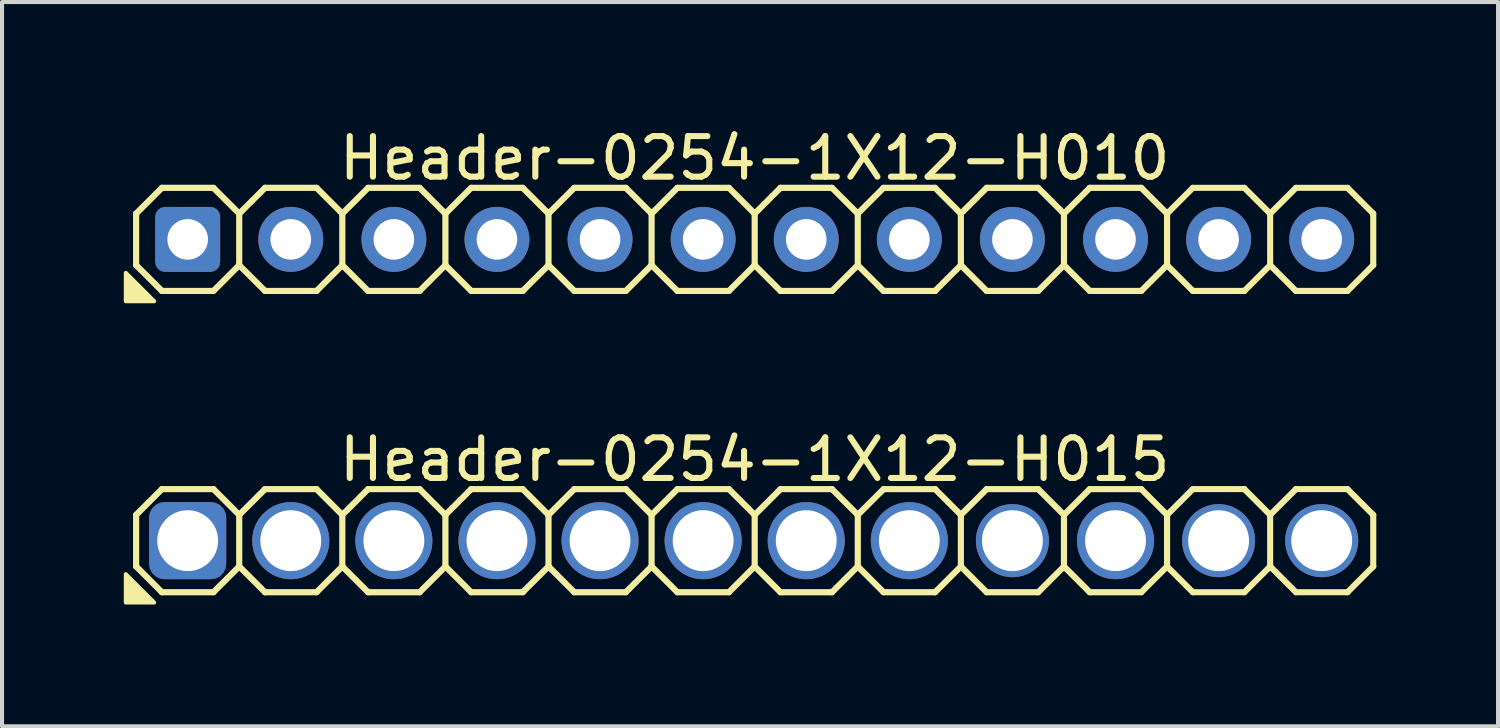
<source format=kicad_pcb>
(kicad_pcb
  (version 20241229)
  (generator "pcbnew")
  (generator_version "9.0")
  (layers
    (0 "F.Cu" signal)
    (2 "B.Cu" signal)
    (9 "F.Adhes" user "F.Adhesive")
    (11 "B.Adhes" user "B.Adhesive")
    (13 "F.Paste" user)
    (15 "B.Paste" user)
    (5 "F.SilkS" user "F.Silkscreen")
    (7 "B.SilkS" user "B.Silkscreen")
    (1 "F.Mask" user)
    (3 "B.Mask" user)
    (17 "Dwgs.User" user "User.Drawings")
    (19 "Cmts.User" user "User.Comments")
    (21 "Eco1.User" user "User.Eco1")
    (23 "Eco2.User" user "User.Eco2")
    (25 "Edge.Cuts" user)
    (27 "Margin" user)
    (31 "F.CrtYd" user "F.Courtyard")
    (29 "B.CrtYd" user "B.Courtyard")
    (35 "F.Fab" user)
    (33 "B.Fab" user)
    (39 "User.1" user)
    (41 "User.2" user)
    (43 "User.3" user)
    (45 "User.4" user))
  (footprint "Header-0254-1X12-H015"
    (layer "F.Cu")
    (at 15.544 10.271)
    (property "Reference" "Header-0254-1X12-H015" (at 0 -2 0) (layer "F.SilkS") (effects (font (size 1 1) (thickness 0.15))))
    (attr exclude_from_pos_files exclude_from_bom)
    (fp_line (start -15.24 -0.635) (end -15.24 0.635) (stroke (width 0.152) (type solid)) (layer "F.SilkS"))
    (fp_line (start -15.24 0.635) (end -14.605 1.27) (stroke (width 0.152) (type solid)) (layer "F.SilkS"))
    (fp_line (start -14.605 -1.27) (end -15.24 -0.635) (stroke (width 0.152) (type solid)) (layer "F.SilkS"))
    (fp_line (start -14.605 -1.27) (end -13.335 -1.27) (stroke (width 0.152) (type solid)) (layer "F.SilkS"))
    (fp_line (start -13.335 -1.27) (end -12.7 -0.635) (stroke (width 0.152) (type solid)) (layer "F.SilkS"))
    (fp_line (start -13.335 1.27) (end -14.605 1.27) (stroke (width 0.152) (type solid)) (layer "F.SilkS"))
    (fp_line (start -12.7 -0.635) (end -12.7 0.635) (stroke (width 0.152) (type solid)) (layer "F.SilkS"))
    (fp_line (start -12.7 -0.635) (end -12.065 -1.27) (stroke (width 0.152) (type solid)) (layer "F.SilkS"))
    (fp_line (start -12.7 0.635) (end -13.335 1.27) (stroke (width 0.152) (type solid)) (layer "F.SilkS"))
    (fp_line (start -12.065 -1.27) (end -10.795 -1.27) (stroke (width 0.152) (type solid)) (layer "F.SilkS"))
    (fp_line (start -12.065 1.27) (end -12.7 0.635) (stroke (width 0.152) (type solid)) (layer "F.SilkS"))
    (fp_line (start -10.795 -1.27) (end -10.16 -0.635) (stroke (width 0.152) (type solid)) (layer "F.SilkS"))
    (fp_line (start -10.795 1.27) (end -12.065 1.27) (stroke (width 0.152) (type solid)) (layer "F.SilkS"))
    (fp_line (start -10.16 -0.635) (end -10.16 0.635) (stroke (width 0.152) (type solid)) (layer "F.SilkS"))
    (fp_line (start -10.16 -0.635) (end -9.525 -1.27) (stroke (width 0.152) (type solid)) (layer "F.SilkS"))
    (fp_line (start -10.16 0.635) (end -10.795 1.27) (stroke (width 0.152) (type solid)) (layer "F.SilkS"))
    (fp_line (start -9.525 -1.27) (end -8.255 -1.27) (stroke (width 0.152) (type solid)) (layer "F.SilkS"))
    (fp_line (start -9.525 1.27) (end -10.16 0.635) (stroke (width 0.152) (type solid)) (layer "F.SilkS"))
    (fp_line (start -8.255 -1.27) (end -7.62 -0.635) (stroke (width 0.152) (type solid)) (layer "F.SilkS"))
    (fp_line (start -8.255 1.27) (end -9.525 1.27) (stroke (width 0.152) (type solid)) (layer "F.SilkS"))
    (fp_line (start -7.62 -0.635) (end -7.62 0.635) (stroke (width 0.152) (type solid)) (layer "F.SilkS"))
    (fp_line (start -7.62 0.635) (end -8.255 1.27) (stroke (width 0.152) (type solid)) (layer "F.SilkS"))
    (fp_line (start -7.62 0.635) (end -6.985 1.27) (stroke (width 0.152) (type solid)) (layer "F.SilkS"))
    (fp_line (start -6.985 -1.27) (end -7.62 -0.635) (stroke (width 0.152) (type solid)) (layer "F.SilkS"))
    (fp_line (start -6.985 -1.27) (end -5.715 -1.27) (stroke (width 0.152) (type solid)) (layer "F.SilkS"))
    (fp_line (start -5.715 -1.27) (end -5.08 -0.635) (stroke (width 0.152) (type solid)) (layer "F.SilkS"))
    (fp_line (start -5.715 1.27) (end -6.985 1.27) (stroke (width 0.152) (type solid)) (layer "F.SilkS"))
    (fp_line (start -5.08 -0.635) (end -5.08 0.635) (stroke (width 0.152) (type solid)) (layer "F.SilkS"))
    (fp_line (start -5.08 -0.635) (end -4.445 -1.27) (stroke (width 0.152) (type solid)) (layer "F.SilkS"))
    (fp_line (start -5.08 0.635) (end -5.715 1.27) (stroke (width 0.152) (type solid)) (layer "F.SilkS"))
    (fp_line (start -4.445 -1.27) (end -3.175 -1.27) (stroke (width 0.152) (type solid)) (layer "F.SilkS"))
    (fp_line (start -4.445 1.27) (end -5.08 0.635) (stroke (width 0.152) (type solid)) (layer "F.SilkS"))
    (fp_line (start -3.175 -1.27) (end -2.54 -0.635) (stroke (width 0.152) (type solid)) (layer "F.SilkS"))
    (fp_line (start -3.175 1.27) (end -4.445 1.27) (stroke (width 0.152) (type solid)) (layer "F.SilkS"))
    (fp_line (start -2.54 -0.635) (end -2.54 0.635) (stroke (width 0.152) (type solid)) (layer "F.SilkS"))
    (fp_line (start -2.54 -0.635) (end -1.905 -1.27) (stroke (width 0.152) (type solid)) (layer "F.SilkS"))
    (fp_line (start -2.54 0.635) (end -3.175 1.27) (stroke (width 0.152) (type solid)) (layer "F.SilkS"))
    (fp_line (start -1.905 -1.27) (end -0.635 -1.27) (stroke (width 0.152) (type solid)) (layer "F.SilkS"))
    (fp_line (start -1.905 1.27) (end -2.54 0.635) (stroke (width 0.152) (type solid)) (layer "F.SilkS"))
    (fp_line (start -0.635 -1.27) (end 0 -0.635) (stroke (width 0.152) (type solid)) (layer "F.SilkS"))
    (fp_line (start -0.635 1.27) (end -1.905 1.27) (stroke (width 0.152) (type solid)) (layer "F.SilkS"))
    (fp_line (start 0 -0.635) (end 0 0.635) (stroke (width 0.152) (type solid)) (layer "F.SilkS"))
    (fp_line (start 0 0.635) (end -0.635 1.27) (stroke (width 0.152) (type solid)) (layer "F.SilkS"))
    (fp_line (start 0 0.635) (end 0.635 1.27) (stroke (width 0.152) (type solid)) (layer "F.SilkS"))
    (fp_line (start 0.635 -1.27) (end 0 -0.635) (stroke (width 0.152) (type solid)) (layer "F.SilkS"))
    (fp_line (start 0.635 -1.27) (end 1.905 -1.27) (stroke (width 0.152) (type solid)) (layer "F.SilkS"))
    (fp_line (start 1.905 -1.27) (end 2.54 -0.635) (stroke (width 0.152) (type solid)) (layer "F.SilkS"))
    (fp_line (start 1.905 1.27) (end 0.635 1.27) (stroke (width 0.152) (type solid)) (layer "F.SilkS"))
    (fp_line (start 2.54 -0.635) (end 2.54 0.635) (stroke (width 0.152) (type solid)) (layer "F.SilkS"))
    (fp_line (start 2.54 -0.635) (end 3.175 -1.27) (stroke (width 0.152) (type solid)) (layer "F.SilkS"))
    (fp_line (start 2.54 0.635) (end 1.905 1.27) (stroke (width 0.152) (type solid)) (layer "F.SilkS"))
    (fp_line (start 3.175 -1.27) (end 4.445 -1.27) (stroke (width 0.152) (type solid)) (layer "F.SilkS"))
    (fp_line (start 3.175 1.27) (end 2.54 0.635) (stroke (width 0.152) (type solid)) (layer "F.SilkS"))
    (fp_line (start 4.445 -1.27) (end 5.08 -0.635) (stroke (width 0.152) (type solid)) (layer "F.SilkS"))
    (fp_line (start 4.445 1.27) (end 3.175 1.27) (stroke (width 0.152) (type solid)) (layer "F.SilkS"))
    (fp_line (start 5.08 -0.635) (end 5.08 0.635) (stroke (width 0.152) (type solid)) (layer "F.SilkS"))
    (fp_line (start 5.08 -0.635) (end 5.715 -1.27) (stroke (width 0.152) (type solid)) (layer "F.SilkS"))
    (fp_line (start 5.08 0.635) (end 4.445 1.27) (stroke (width 0.152) (type solid)) (layer "F.SilkS"))
    (fp_line (start 5.715 -1.27) (end 6.985 -1.27) (stroke (width 0.152) (type solid)) (layer "F.SilkS"))
    (fp_line (start 5.715 1.27) (end 5.08 0.635) (stroke (width 0.152) (type solid)) (layer "F.SilkS"))
    (fp_line (start 6.985 -1.27) (end 7.62 -0.635) (stroke (width 0.152) (type solid)) (layer "F.SilkS"))
    (fp_line (start 6.985 1.27) (end 5.715 1.27) (stroke (width 0.152) (type solid)) (layer "F.SilkS"))
    (fp_line (start 7.62 -0.635) (end 7.62 0.635) (stroke (width 0.152) (type solid)) (layer "F.SilkS"))
    (fp_line (start 7.62 0.635) (end 6.985 1.27) (stroke (width 0.152) (type solid)) (layer "F.SilkS"))
    (fp_line (start 7.62 0.635) (end 8.255 1.27) (stroke (width 0.152) (type solid)) (layer "F.SilkS"))
    (fp_line (start 8.255 -1.27) (end 7.62 -0.635) (stroke (width 0.152) (type solid)) (layer "F.SilkS"))
    (fp_line (start 8.255 -1.27) (end 9.525 -1.27) (stroke (width 0.152) (type solid)) (layer "F.SilkS"))
    (fp_line (start 9.525 -1.27) (end 10.16 -0.635) (stroke (width 0.152) (type solid)) (layer "F.SilkS"))
    (fp_line (start 9.525 1.27) (end 8.255 1.27) (stroke (width 0.152) (type solid)) (layer "F.SilkS"))
    (fp_line (start 10.16 -0.635) (end 10.16 0.635) (stroke (width 0.152) (type solid)) (layer "F.SilkS"))
    (fp_line (start 10.16 -0.635) (end 10.795 -1.27) (stroke (width 0.15) (type solid)) (layer "F.SilkS"))
    (fp_line (start 10.16 0.635) (end 9.525 1.27) (stroke (width 0.152) (type solid)) (layer "F.SilkS"))
    (fp_line (start 10.795 -1.27) (end 12.065 -1.27) (stroke (width 0.15) (type solid)) (layer "F.SilkS"))
    (fp_line (start 10.795 1.27) (end 10.16 0.635) (stroke (width 0.15) (type solid)) (layer "F.SilkS"))
    (fp_line (start 12.065 -1.27) (end 12.7 -0.635) (stroke (width 0.15) (type solid)) (layer "F.SilkS"))
    (fp_line (start 12.065 1.27) (end 10.795 1.27) (stroke (width 0.15) (type solid)) (layer "F.SilkS"))
    (fp_line (start 12.7 -0.635) (end 12.7 0.635) (stroke (width 0.15) (type solid)) (layer "F.SilkS"))
    (fp_line (start 12.7 -0.635) (end 13.335 -1.27) (stroke (width 0.15) (type solid)) (layer "F.SilkS"))
    (fp_line (start 12.7 0.635) (end 12.065 1.27) (stroke (width 0.15) (type solid)) (layer "F.SilkS"))
    (fp_line (start 13.335 -1.27) (end 14.605 -1.27) (stroke (width 0.15) (type solid)) (layer "F.SilkS"))
    (fp_line (start 13.335 1.27) (end 12.7 0.635) (stroke (width 0.15) (type solid)) (layer "F.SilkS"))
    (fp_line (start 14.605 -1.27) (end 15.24 -0.635) (stroke (width 0.15) (type solid)) (layer "F.SilkS"))
    (fp_line (start 14.605 1.27) (end 13.335 1.27) (stroke (width 0.15) (type solid)) (layer "F.SilkS"))
    (fp_line (start 15.24 -0.635) (end 15.24 0.635) (stroke (width 0.15) (type solid)) (layer "F.SilkS"))
    (fp_line (start 15.24 0.635) (end 14.605 1.27) (stroke (width 0.15) (type solid)) (layer "F.SilkS"))
    (fp_poly (pts (xy -15.494 0.826) (xy -15.494 1.524) (xy -14.796 1.524)) (stroke (width 0.1) (type solid)) (fill yes) (layer "F.SilkS"))
    (pad "1" thru_hole roundrect (at -13.97 0 180) (size 1.9 1.9) (drill 1.5) (layers "*.Cu" "*.Mask") (roundrect_rratio 0.2))
    (pad "2" thru_hole circle (at -11.43 0 180) (size 1.9 1.9) (drill 1.5) (layers "*.Cu" "*.Mask"))
    (pad "3" thru_hole circle (at -8.89 0 180) (size 1.9 1.9) (drill 1.5) (layers "*.Cu" "*.Mask"))
    (pad "4" thru_hole circle (at -6.35 0 180) (size 1.9 1.9) (drill 1.5) (layers "*.Cu" "*.Mask"))
    (pad "5" thru_hole circle (at -3.81 0 180) (size 1.9 1.9) (drill 1.5) (layers "*.Cu" "*.Mask"))
    (pad "6" thru_hole circle (at -1.27 0 180) (size 1.9 1.9) (drill 1.5) (layers "*.Cu" "*.Mask"))
    (pad "7" thru_hole circle (at 1.27 0 180) (size 1.9 1.9) (drill 1.5) (layers "*.Cu" "*.Mask"))
    (pad "8" thru_hole circle (at 3.81 0 180) (size 1.9 1.9) (drill 1.5) (layers "*.Cu" "*.Mask"))
    (pad "9" thru_hole circle (at 6.35 0) (size 1.8 1.8) (drill 1.5) (layers "*.Cu" "*.Mask"))
    (pad "10" thru_hole circle (at 8.89 0 180) (size 1.9 1.9) (drill 1.5) (layers "*.Cu" "*.Mask"))
    (pad "11" thru_hole circle (at 11.43 0) (size 1.8 1.8) (drill 1.5) (layers "*.Cu" "*.Mask"))
    (pad "12" thru_hole circle (at 13.97 0) (size 1.8 1.8) (drill 1.5) (layers "*.Cu" "*.Mask")))
  (footprint "Header-0254-1X12-H010"
    (layer "F.Cu")
    (at 15.544 2.848)
    (property "Reference" "Header-0254-1X12-H010" (at 0 -2 0) (layer "F.SilkS") (effects (font (size 1 1) (thickness 0.15))))
    (attr exclude_from_pos_files exclude_from_bom)
    (fp_line (start -15.24 -0.635) (end -15.24 0.635) (stroke (width 0.152) (type solid)) (layer "F.SilkS"))
    (fp_line (start -15.24 0.635) (end -14.605 1.27) (stroke (width 0.152) (type solid)) (layer "F.SilkS"))
    (fp_line (start -14.605 -1.27) (end -15.24 -0.635) (stroke (width 0.152) (type solid)) (layer "F.SilkS"))
    (fp_line (start -14.605 -1.27) (end -13.335 -1.27) (stroke (width 0.152) (type solid)) (layer "F.SilkS"))
    (fp_line (start -13.335 -1.27) (end -12.7 -0.635) (stroke (width 0.152) (type solid)) (layer "F.SilkS"))
    (fp_line (start -13.335 1.27) (end -14.605 1.27) (stroke (width 0.152) (type solid)) (layer "F.SilkS"))
    (fp_line (start -12.7 -0.635) (end -12.7 0.635) (stroke (width 0.152) (type solid)) (layer "F.SilkS"))
    (fp_line (start -12.7 -0.635) (end -12.065 -1.27) (stroke (width 0.152) (type solid)) (layer "F.SilkS"))
    (fp_line (start -12.7 0.635) (end -13.335 1.27) (stroke (width 0.152) (type solid)) (layer "F.SilkS"))
    (fp_line (start -12.065 -1.27) (end -10.795 -1.27) (stroke (width 0.152) (type solid)) (layer "F.SilkS"))
    (fp_line (start -12.065 1.27) (end -12.7 0.635) (stroke (width 0.152) (type solid)) (layer "F.SilkS"))
    (fp_line (start -10.795 -1.27) (end -10.16 -0.635) (stroke (width 0.152) (type solid)) (layer "F.SilkS"))
    (fp_line (start -10.795 1.27) (end -12.065 1.27) (stroke (width 0.152) (type solid)) (layer "F.SilkS"))
    (fp_line (start -10.16 -0.635) (end -10.16 0.635) (stroke (width 0.152) (type solid)) (layer "F.SilkS"))
    (fp_line (start -10.16 -0.635) (end -9.525 -1.27) (stroke (width 0.152) (type solid)) (layer "F.SilkS"))
    (fp_line (start -10.16 0.635) (end -10.795 1.27) (stroke (width 0.152) (type solid)) (layer "F.SilkS"))
    (fp_line (start -9.525 -1.27) (end -8.255 -1.27) (stroke (width 0.152) (type solid)) (layer "F.SilkS"))
    (fp_line (start -9.525 1.27) (end -10.16 0.635) (stroke (width 0.152) (type solid)) (layer "F.SilkS"))
    (fp_line (start -8.255 -1.27) (end -7.62 -0.635) (stroke (width 0.152) (type solid)) (layer "F.SilkS"))
    (fp_line (start -8.255 1.27) (end -9.525 1.27) (stroke (width 0.152) (type solid)) (layer "F.SilkS"))
    (fp_line (start -7.62 -0.635) (end -7.62 0.635) (stroke (width 0.152) (type solid)) (layer "F.SilkS"))
    (fp_line (start -7.62 0.635) (end -8.255 1.27) (stroke (width 0.152) (type solid)) (layer "F.SilkS"))
    (fp_line (start -7.62 0.635) (end -6.985 1.27) (stroke (width 0.152) (type solid)) (layer "F.SilkS"))
    (fp_line (start -6.985 -1.27) (end -7.62 -0.635) (stroke (width 0.152) (type solid)) (layer "F.SilkS"))
    (fp_line (start -6.985 -1.27) (end -5.715 -1.27) (stroke (width 0.152) (type solid)) (layer "F.SilkS"))
    (fp_line (start -5.715 -1.27) (end -5.08 -0.635) (stroke (width 0.152) (type solid)) (layer "F.SilkS"))
    (fp_line (start -5.715 1.27) (end -6.985 1.27) (stroke (width 0.152) (type solid)) (layer "F.SilkS"))
    (fp_line (start -5.08 -0.635) (end -5.08 0.635) (stroke (width 0.152) (type solid)) (layer "F.SilkS"))
    (fp_line (start -5.08 -0.635) (end -4.445 -1.27) (stroke (width 0.152) (type solid)) (layer "F.SilkS"))
    (fp_line (start -5.08 0.635) (end -5.715 1.27) (stroke (width 0.152) (type solid)) (layer "F.SilkS"))
    (fp_line (start -4.445 -1.27) (end -3.175 -1.27) (stroke (width 0.152) (type solid)) (layer "F.SilkS"))
    (fp_line (start -4.445 1.27) (end -5.08 0.635) (stroke (width 0.152) (type solid)) (layer "F.SilkS"))
    (fp_line (start -3.175 -1.27) (end -2.54 -0.635) (stroke (width 0.152) (type solid)) (layer "F.SilkS"))
    (fp_line (start -3.175 1.27) (end -4.445 1.27) (stroke (width 0.152) (type solid)) (layer "F.SilkS"))
    (fp_line (start -2.54 -0.635) (end -2.54 0.635) (stroke (width 0.152) (type solid)) (layer "F.SilkS"))
    (fp_line (start -2.54 -0.635) (end -1.905 -1.27) (stroke (width 0.152) (type solid)) (layer "F.SilkS"))
    (fp_line (start -2.54 0.635) (end -3.175 1.27) (stroke (width 0.152) (type solid)) (layer "F.SilkS"))
    (fp_line (start -1.905 -1.27) (end -0.635 -1.27) (stroke (width 0.152) (type solid)) (layer "F.SilkS"))
    (fp_line (start -1.905 1.27) (end -2.54 0.635) (stroke (width 0.152) (type solid)) (layer "F.SilkS"))
    (fp_line (start -0.635 -1.27) (end 0 -0.635) (stroke (width 0.152) (type solid)) (layer "F.SilkS"))
    (fp_line (start -0.635 1.27) (end -1.905 1.27) (stroke (width 0.152) (type solid)) (layer "F.SilkS"))
    (fp_line (start 0 -0.635) (end 0 0.635) (stroke (width 0.152) (type solid)) (layer "F.SilkS"))
    (fp_line (start 0 0.635) (end -0.635 1.27) (stroke (width 0.152) (type solid)) (layer "F.SilkS"))
    (fp_line (start 0 0.635) (end 0.635 1.27) (stroke (width 0.152) (type solid)) (layer "F.SilkS"))
    (fp_line (start 0.635 -1.27) (end 0 -0.635) (stroke (width 0.152) (type solid)) (layer "F.SilkS"))
    (fp_line (start 0.635 -1.27) (end 1.905 -1.27) (stroke (width 0.152) (type solid)) (layer "F.SilkS"))
    (fp_line (start 1.905 -1.27) (end 2.54 -0.635) (stroke (width 0.152) (type solid)) (layer "F.SilkS"))
    (fp_line (start 1.905 1.27) (end 0.635 1.27) (stroke (width 0.152) (type solid)) (layer "F.SilkS"))
    (fp_line (start 2.54 -0.635) (end 2.54 0.635) (stroke (width 0.152) (type solid)) (layer "F.SilkS"))
    (fp_line (start 2.54 -0.635) (end 3.175 -1.27) (stroke (width 0.152) (type solid)) (layer "F.SilkS"))
    (fp_line (start 2.54 0.635) (end 1.905 1.27) (stroke (width 0.152) (type solid)) (layer "F.SilkS"))
    (fp_line (start 3.175 -1.27) (end 4.445 -1.27) (stroke (width 0.152) (type solid)) (layer "F.SilkS"))
    (fp_line (start 3.175 1.27) (end 2.54 0.635) (stroke (width 0.152) (type solid)) (layer "F.SilkS"))
    (fp_line (start 4.445 -1.27) (end 5.08 -0.635) (stroke (width 0.152) (type solid)) (layer "F.SilkS"))
    (fp_line (start 4.445 1.27) (end 3.175 1.27) (stroke (width 0.152) (type solid)) (layer "F.SilkS"))
    (fp_line (start 5.08 -0.635) (end 5.08 0.635) (stroke (width 0.152) (type solid)) (layer "F.SilkS"))
    (fp_line (start 5.08 -0.635) (end 5.715 -1.27) (stroke (width 0.152) (type solid)) (layer "F.SilkS"))
    (fp_line (start 5.08 0.635) (end 4.445 1.27) (stroke (width 0.152) (type solid)) (layer "F.SilkS"))
    (fp_line (start 5.715 -1.27) (end 6.985 -1.27) (stroke (width 0.152) (type solid)) (layer "F.SilkS"))
    (fp_line (start 5.715 1.27) (end 5.08 0.635) (stroke (width 0.152) (type solid)) (layer "F.SilkS"))
    (fp_line (start 6.985 -1.27) (end 7.62 -0.635) (stroke (width 0.152) (type solid)) (layer "F.SilkS"))
    (fp_line (start 6.985 1.27) (end 5.715 1.27) (stroke (width 0.152) (type solid)) (layer "F.SilkS"))
    (fp_line (start 7.62 -0.635) (end 7.62 0.635) (stroke (width 0.152) (type solid)) (layer "F.SilkS"))
    (fp_line (start 7.62 0.635) (end 6.985 1.27) (stroke (width 0.152) (type solid)) (layer "F.SilkS"))
    (fp_line (start 7.62 0.635) (end 8.255 1.27) (stroke (width 0.152) (type solid)) (layer "F.SilkS"))
    (fp_line (start 8.255 -1.27) (end 7.62 -0.635) (stroke (width 0.152) (type solid)) (layer "F.SilkS"))
    (fp_line (start 8.255 -1.27) (end 9.525 -1.27) (stroke (width 0.152) (type solid)) (layer "F.SilkS"))
    (fp_line (start 9.525 -1.27) (end 10.16 -0.635) (stroke (width 0.152) (type solid)) (layer "F.SilkS"))
    (fp_line (start 9.525 1.27) (end 8.255 1.27) (stroke (width 0.152) (type solid)) (layer "F.SilkS"))
    (fp_line (start 10.16 -0.635) (end 10.16 0.635) (stroke (width 0.152) (type solid)) (layer "F.SilkS"))
    (fp_line (start 10.16 -0.635) (end 10.795 -1.27) (stroke (width 0.15) (type solid)) (layer "F.SilkS"))
    (fp_line (start 10.16 0.635) (end 9.525 1.27) (stroke (width 0.152) (type solid)) (layer "F.SilkS"))
    (fp_line (start 10.795 -1.27) (end 12.065 -1.27) (stroke (width 0.15) (type solid)) (layer "F.SilkS"))
    (fp_line (start 10.795 1.27) (end 10.16 0.635) (stroke (width 0.15) (type solid)) (layer "F.SilkS"))
    (fp_line (start 12.065 -1.27) (end 12.7 -0.635) (stroke (width 0.15) (type solid)) (layer "F.SilkS"))
    (fp_line (start 12.065 1.27) (end 10.795 1.27) (stroke (width 0.15) (type solid)) (layer "F.SilkS"))
    (fp_line (start 12.7 -0.635) (end 12.7 0.635) (stroke (width 0.15) (type solid)) (layer "F.SilkS"))
    (fp_line (start 12.7 -0.635) (end 13.335 -1.27) (stroke (width 0.15) (type solid)) (layer "F.SilkS"))
    (fp_line (start 12.7 0.635) (end 12.065 1.27) (stroke (width 0.15) (type solid)) (layer "F.SilkS"))
    (fp_line (start 13.335 -1.27) (end 14.605 -1.27) (stroke (width 0.15) (type solid)) (layer "F.SilkS"))
    (fp_line (start 13.335 1.27) (end 12.7 0.635) (stroke (width 0.15) (type solid)) (layer "F.SilkS"))
    (fp_line (start 14.605 -1.27) (end 15.24 -0.635) (stroke (width 0.15) (type solid)) (layer "F.SilkS"))
    (fp_line (start 14.605 1.27) (end 13.335 1.27) (stroke (width 0.15) (type solid)) (layer "F.SilkS"))
    (fp_line (start 15.24 -0.635) (end 15.24 0.635) (stroke (width 0.15) (type solid)) (layer "F.SilkS"))
    (fp_line (start 15.24 0.635) (end 14.605 1.27) (stroke (width 0.15) (type solid)) (layer "F.SilkS"))
    (fp_poly (pts (xy -15.494 0.826) (xy -15.494 1.524) (xy -14.796 1.524)) (stroke (width 0.1) (type solid)) (fill yes) (layer "F.SilkS"))
    (pad "1" thru_hole roundrect (at -13.97 0 180) (size 1.6 1.6) (drill 1) (layers "*.Cu" "*.Mask") (roundrect_rratio 0.15))
    (pad "2" thru_hole circle (at -11.43 0 180) (size 1.6 1.6) (drill 1) (layers "*.Cu" "*.Mask"))
    (pad "3" thru_hole circle (at -8.89 0 180) (size 1.6 1.6) (drill 1) (layers "*.Cu" "*.Mask"))
    (pad "4" thru_hole circle (at -6.35 0 180) (size 1.6 1.6) (drill 1) (layers "*.Cu" "*.Mask"))
    (pad "5" thru_hole circle (at -3.81 0 180) (size 1.6 1.6) (drill 1) (layers "*.Cu" "*.Mask"))
    (pad "6" thru_hole circle (at -1.27 0 180) (size 1.6 1.6) (drill 1) (layers "*.Cu" "*.Mask"))
    (pad "7" thru_hole circle (at 1.27 0 180) (size 1.6 1.6) (drill 1) (layers "*.Cu" "*.Mask"))
    (pad "8" thru_hole circle (at 3.81 0 180) (size 1.6 1.6) (drill 1) (layers "*.Cu" "*.Mask"))
    (pad "9" thru_hole circle (at 6.35 0) (size 1.6 1.6) (drill 1) (layers "*.Cu" "*.Mask"))
    (pad "10" thru_hole circle (at 8.89 0 180) (size 1.6 1.6) (drill 1) (layers "*.Cu" "*.Mask"))
    (pad "11" thru_hole circle (at 11.43 0) (size 1.6 1.6) (drill 1) (layers "*.Cu" "*.Mask"))
    (pad "12" thru_hole circle (at 13.97 0) (size 1.6 1.6) (drill 1) (layers "*.Cu" "*.Mask")))
  (gr_rect
    (start -3 -3)
    (end 33.859 14.845)
    (stroke (width 0.1) (type default))
    (fill no)
    (layer "Edge.Cuts")))
</source>
